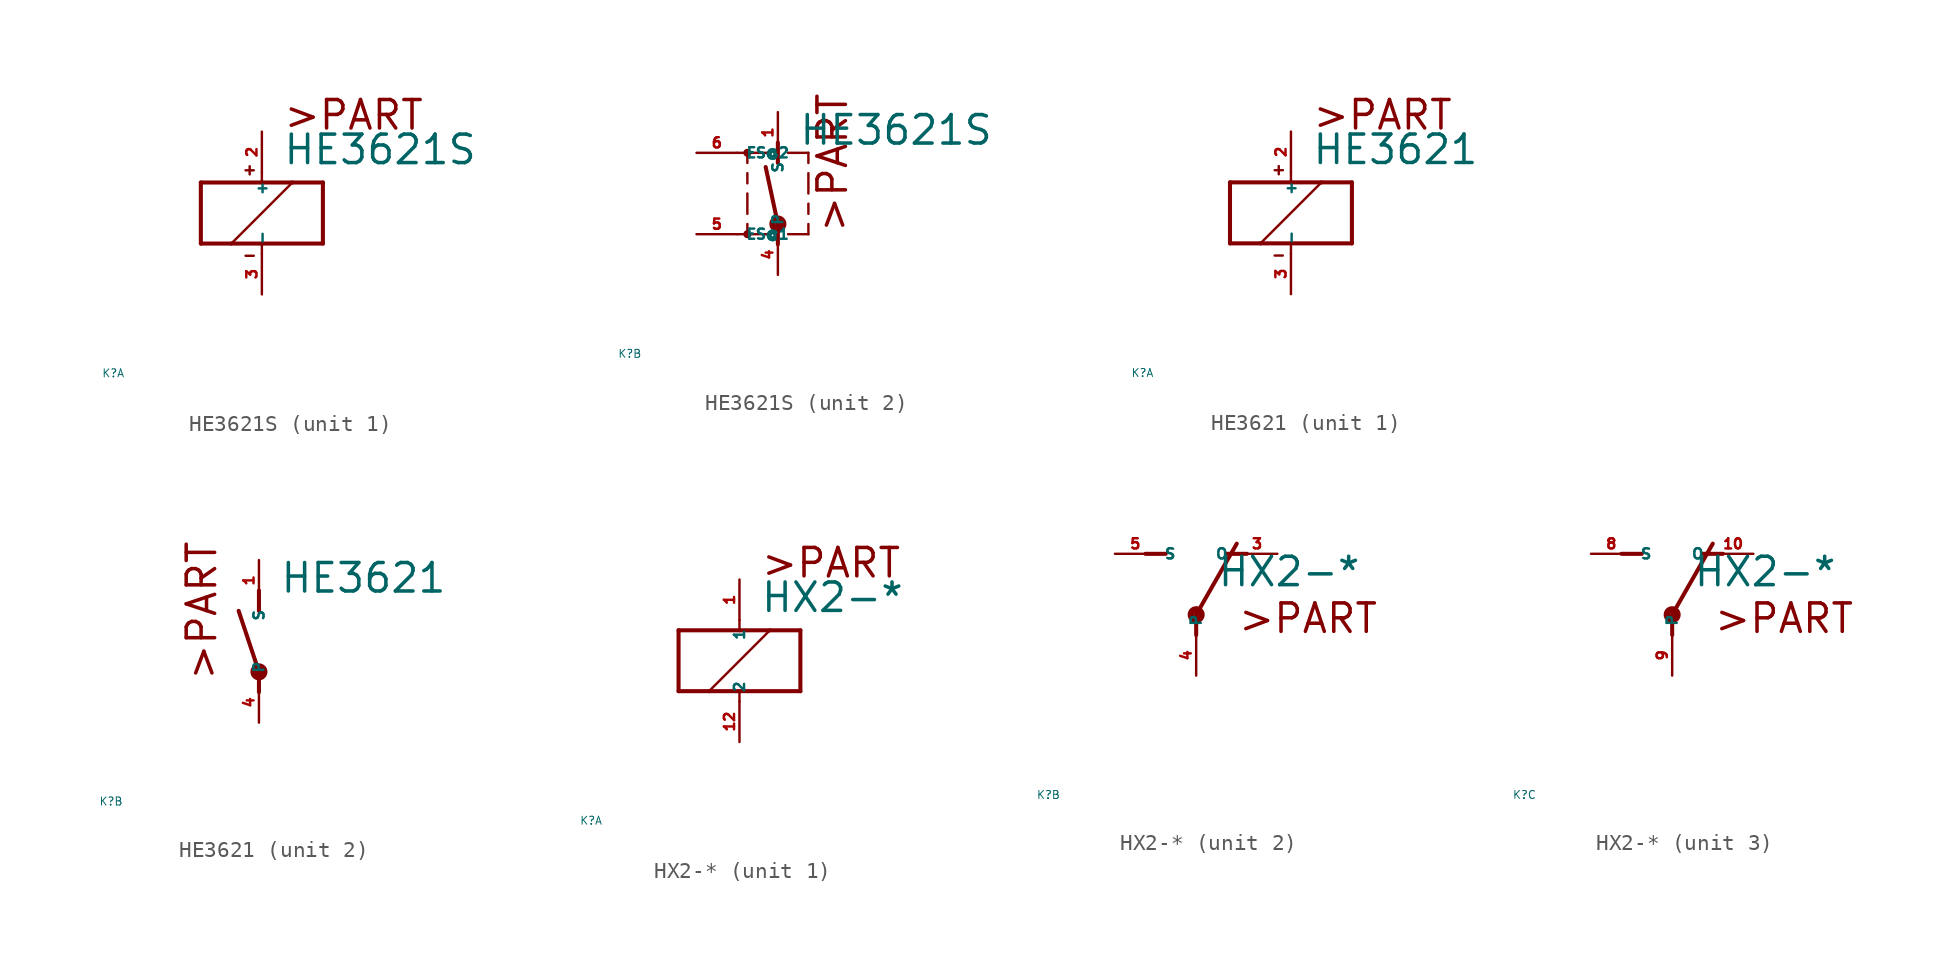
<source format=kicad_sym>
(kicad_symbol_lib
  (version 20220914)
  (generator Eagle2Kicad)
  (symbol "HE3621S"
    (property "Reference" "K"
      (at -10 -10 0)
      (effects (font (size 0.5 0.5) (thickness 0.06)) (justify left)))
    (property "Value" "HE3621S"
      (at 1.27 2.921 0)
      (effects (font (size 1.778 1.778) (thickness 0.22)) (justify left bottom)))
    (symbol "HE3621S_1_0"
      (polyline (pts (xy -3.81 -1.905) (xy -1.905 -1.905)) (stroke (width 0.254) (type default)) (fill (type none)))
      (polyline (pts (xy 3.81 -1.905) (xy 3.81 1.905)) (stroke (width 0.254) (type default)) (fill (type none)))
      (polyline (pts (xy 3.81 1.905) (xy 1.905 1.905)) (stroke (width 0.254) (type default)) (fill (type none)))
      (polyline (pts (xy -3.81 1.905) (xy -3.81 -1.905)) (stroke (width 0.254) (type default)) (fill (type none)))
      (polyline (pts (xy 0 -2.54) (xy 0 -1.905)) (stroke (width 0.152) (type default)) (fill (type none)))
      (polyline (pts (xy 0 -1.905) (xy 3.81 -1.905)) (stroke (width 0.254) (type default)) (fill (type none)))
      (polyline (pts (xy 0 2.54) (xy 0 1.905)) (stroke (width 0.152) (type default)) (fill (type none)))
      (polyline (pts (xy 0 1.905) (xy -3.81 1.905)) (stroke (width 0.254) (type default)) (fill (type none)))
      (polyline (pts (xy -1.905 -1.905) (xy 1.905 1.905)) (stroke (width 0.152) (type default)) (fill (type none)))
      (polyline (pts (xy -1.905 -1.905) (xy 0 -1.905)) (stroke (width 0.254) (type default)) (fill (type none)))
      (polyline (pts (xy 1.905 1.905) (xy 0 1.905)) (stroke (width 0.254) (type default)) (fill (type none)))
      (polyline (pts (xy -1.016 2.667) (xy -0.508 2.667)) (stroke (width 0.152) (type default)) (fill (type none)))
      (polyline (pts (xy -0.762 2.921) (xy -0.762 2.413)) (stroke (width 0.152) (type default)) (fill (type none)))
      (polyline (pts (xy -1.016 -2.667) (xy -0.508 -2.667)) (stroke (width 0.152) (type default)) (fill (type none)))
      (text ">PART" (at 1.27 5.08 0) (effects (font (size 1.778 1.778) (thickness 0.22)) (justify left bottom)))
      (pin passive line (at 0 -5.08 90) (length 2.54) (name "-" (effects (font (size 0.635 0.635) (thickness 0.08)) (justify left bottom))) (number "3" (effects (font (size 0.635 0.635) (thickness 0.08)) (justify left bottom))))
      (pin passive line (at 0 5.08 270) (length 2.54) (name "+" (effects (font (size 0.635 0.635) (thickness 0.08)) (justify left bottom))) (number "2" (effects (font (size 0.635 0.635) (thickness 0.08)) (justify left bottom)))))
    (symbol "HE3621S_2_0"
      (polyline (pts (xy 0 1.905) (xy 0 3.175)) (stroke (width 0.254) (type default)) (fill (type none)))
      (polyline (pts (xy 0 -3.175) (xy 0 -1.905)) (stroke (width 0.254) (type default)) (fill (type none)))
      (polyline (pts (xy 0 -1.905) (xy -0.762 1.651)) (stroke (width 0.254) (type default)) (fill (type none)))
      (polyline (pts (xy -1.905 0) (xy -1.905 -1.27)) (stroke (width 0.152) (type default)) (fill (type none)))
      (polyline (pts (xy 1.905 1.27) (xy 1.905 0)) (stroke (width 0.152) (type default)) (fill (type none)))
      (polyline (pts (xy -1.905 -2.54) (xy -0.635 -2.54)) (stroke (width 0.152) (type default)) (fill (type none)))
      (polyline (pts (xy 0.635 -2.54) (xy 1.905 -2.54)) (stroke (width 0.152) (type default)) (fill (type none)))
      (polyline (pts (xy 1.905 -2.54) (xy 1.905 -1.905)) (stroke (width 0.152) (type default)) (fill (type none)))
      (polyline (pts (xy -1.905 -1.905) (xy -1.905 -2.54)) (stroke (width 0.152) (type default)) (fill (type none)))
      (polyline (pts (xy 1.905 -0.635) (xy 1.905 -1.27)) (stroke (width 0.152) (type default)) (fill (type none)))
      (polyline (pts (xy -1.905 2.54) (xy -0.635 2.54)) (stroke (width 0.152) (type default)) (fill (type none)))
      (polyline (pts (xy 0.635 2.54) (xy 1.905 2.54)) (stroke (width 0.152) (type default)) (fill (type none)))
      (polyline (pts (xy 1.905 1.905) (xy 1.905 2.54)) (stroke (width 0.152) (type default)) (fill (type none)))
      (polyline (pts (xy -1.905 2.54) (xy -1.905 1.905)) (stroke (width 0.152) (type default)) (fill (type none)))
      (polyline (pts (xy -2.54 2.54) (xy -1.905 2.54)) (stroke (width 0.152) (type default)) (fill (type none)))
      (polyline (pts (xy -2.54 -2.54) (xy -1.905 -2.54)) (stroke (width 0.152) (type default)) (fill (type none)))
      (polyline (pts (xy -1.905 1.27) (xy -1.905 0.635)) (stroke (width 0.152) (type default)) (fill (type none)))
      (text ">PART" (at 4.445 -2.54 900) (effects (font (size 1.778 1.778) (thickness 0.22)) (justify left bottom)))
      (circle (center 0 -1.905) (radius 0.127) (stroke (width 0.406) (type default)) (fill (type none)))
      (circle (center -1.905 2.54) (radius 0.127) (stroke (width 0.254) (type default)) (fill (type none)))
      (circle (center -1.905 -2.54) (radius 0.127) (stroke (width 0.254) (type default)) (fill (type none)))
      (pin passive line (at 0 5.08 270) (length 2.54) (name "S" (effects (font (size 0.635 0.635) (thickness 0.08)) (justify left bottom))) (number "1" (effects (font (size 0.635 0.635) (thickness 0.08)) (justify left bottom))))
      (pin passive line (at 0 -5.08 90) (length 2.54) (name "P" (effects (font (size 0.635 0.635) (thickness 0.08)) (justify left bottom))) (number "4" (effects (font (size 0.635 0.635) (thickness 0.08)) (justify left bottom))))
      (pin passive line (at -5.08 -2.54 0) (length 2.54) (name "ES@1" (effects (font (size 0.635 0.635) (thickness 0.08)) (justify left bottom))) (number "5" (effects (font (size 0.635 0.635) (thickness 0.08)) (justify left bottom))))
      (pin passive line (at -5.08 2.54 0) (length 2.54) (name "ES@2" (effects (font (size 0.635 0.635) (thickness 0.08)) (justify left bottom))) (number "6" (effects (font (size 0.635 0.635) (thickness 0.08)) (justify left bottom))))))
  (symbol "HE3621"
    (property "Reference" "K"
      (at -10 -10 0)
      (effects (font (size 0.5 0.5) (thickness 0.06)) (justify left)))
    (property "Value" "HE3621"
      (at 1.27 2.921 0)
      (effects (font (size 1.778 1.778) (thickness 0.22)) (justify left bottom)))
    (symbol "HE3621_1_0"
      (polyline (pts (xy -3.81 -1.905) (xy -1.905 -1.905)) (stroke (width 0.254) (type default)) (fill (type none)))
      (polyline (pts (xy 3.81 -1.905) (xy 3.81 1.905)) (stroke (width 0.254) (type default)) (fill (type none)))
      (polyline (pts (xy 3.81 1.905) (xy 1.905 1.905)) (stroke (width 0.254) (type default)) (fill (type none)))
      (polyline (pts (xy -3.81 1.905) (xy -3.81 -1.905)) (stroke (width 0.254) (type default)) (fill (type none)))
      (polyline (pts (xy 0 -2.54) (xy 0 -1.905)) (stroke (width 0.152) (type default)) (fill (type none)))
      (polyline (pts (xy 0 -1.905) (xy 3.81 -1.905)) (stroke (width 0.254) (type default)) (fill (type none)))
      (polyline (pts (xy 0 2.54) (xy 0 1.905)) (stroke (width 0.152) (type default)) (fill (type none)))
      (polyline (pts (xy 0 1.905) (xy -3.81 1.905)) (stroke (width 0.254) (type default)) (fill (type none)))
      (polyline (pts (xy -1.905 -1.905) (xy 1.905 1.905)) (stroke (width 0.152) (type default)) (fill (type none)))
      (polyline (pts (xy -1.905 -1.905) (xy 0 -1.905)) (stroke (width 0.254) (type default)) (fill (type none)))
      (polyline (pts (xy 1.905 1.905) (xy 0 1.905)) (stroke (width 0.254) (type default)) (fill (type none)))
      (polyline (pts (xy -1.016 2.667) (xy -0.508 2.667)) (stroke (width 0.152) (type default)) (fill (type none)))
      (polyline (pts (xy -0.762 2.921) (xy -0.762 2.413)) (stroke (width 0.152) (type default)) (fill (type none)))
      (polyline (pts (xy -1.016 -2.667) (xy -0.508 -2.667)) (stroke (width 0.152) (type default)) (fill (type none)))
      (text ">PART" (at 1.27 5.08 0) (effects (font (size 1.778 1.778) (thickness 0.22)) (justify left bottom)))
      (pin passive line (at 0 -5.08 90) (length 2.54) (name "-" (effects (font (size 0.635 0.635) (thickness 0.08)) (justify left bottom))) (number "3" (effects (font (size 0.635 0.635) (thickness 0.08)) (justify left bottom))))
      (pin passive line (at 0 5.08 270) (length 2.54) (name "+" (effects (font (size 0.635 0.635) (thickness 0.08)) (justify left bottom))) (number "2" (effects (font (size 0.635 0.635) (thickness 0.08)) (justify left bottom)))))
    (symbol "HE3621_2_0"
      (polyline (pts (xy 0 3.175) (xy 0 1.905)) (stroke (width 0.254) (type default)) (fill (type none)))
      (polyline (pts (xy 0 -3.175) (xy 0 -1.905)) (stroke (width 0.254) (type default)) (fill (type none)))
      (polyline (pts (xy 0 -1.905) (xy -1.27 1.905)) (stroke (width 0.254) (type default)) (fill (type none)))
      (text ">PART" (at -2.54 -2.54 900) (effects (font (size 1.778 1.778) (thickness 0.22)) (justify left bottom)))
      (circle (center 0 -1.905) (radius 0.127) (stroke (width 0.406) (type default)) (fill (type none)))
      (pin passive line (at 0 -5.08 90) (length 2.54) (name "P" (effects (font (size 0.635 0.635) (thickness 0.08)) (justify left bottom))) (number "4" (effects (font (size 0.635 0.635) (thickness 0.08)) (justify left bottom))))
      (pin passive line (at 0 5.08 270) (length 2.54) (name "S" (effects (font (size 0.635 0.635) (thickness 0.08)) (justify left bottom))) (number "1" (effects (font (size 0.635 0.635) (thickness 0.08)) (justify left bottom))))))
  (symbol "HX2-*"
    (property "Reference" "K"
      (at -10 -10 0)
      (effects (font (size 0.5 0.5) (thickness 0.06)) (justify left)))
    (property "Value" "HX2-*"
      (at 1.27 2.921 0)
      (effects (font (size 1.778 1.778) (thickness 0.22)) (justify left bottom)))
    (symbol "HX2-*_1_0"
      (polyline (pts (xy -3.81 -1.905) (xy -1.905 -1.905)) (stroke (width 0.254) (type default)) (fill (type none)))
      (polyline (pts (xy 3.81 -1.905) (xy 3.81 1.905)) (stroke (width 0.254) (type default)) (fill (type none)))
      (polyline (pts (xy 3.81 1.905) (xy 1.905 1.905)) (stroke (width 0.254) (type default)) (fill (type none)))
      (polyline (pts (xy -3.81 1.905) (xy -3.81 -1.905)) (stroke (width 0.254) (type default)) (fill (type none)))
      (polyline (pts (xy 0 -2.54) (xy 0 -1.905)) (stroke (width 0.152) (type default)) (fill (type none)))
      (polyline (pts (xy 0 -1.905) (xy 3.81 -1.905)) (stroke (width 0.254) (type default)) (fill (type none)))
      (polyline (pts (xy 0 2.54) (xy 0 1.905)) (stroke (width 0.152) (type default)) (fill (type none)))
      (polyline (pts (xy 0 1.905) (xy -3.81 1.905)) (stroke (width 0.254) (type default)) (fill (type none)))
      (polyline (pts (xy -1.905 -1.905) (xy 1.905 1.905)) (stroke (width 0.152) (type default)) (fill (type none)))
      (polyline (pts (xy -1.905 -1.905) (xy 0 -1.905)) (stroke (width 0.254) (type default)) (fill (type none)))
      (polyline (pts (xy 1.905 1.905) (xy 0 1.905)) (stroke (width 0.254) (type default)) (fill (type none)))
      (text ">PART" (at 1.27 5.08 0) (effects (font (size 1.778 1.778) (thickness 0.22)) (justify left bottom)))
      (pin passive line (at 0 -5.08 90) (length 2.54) (name "2" (effects (font (size 0.635 0.635) (thickness 0.08)) (justify left bottom))) (number "12" (effects (font (size 0.635 0.635) (thickness 0.08)) (justify left bottom))))
      (pin passive line (at 0 5.08 270) (length 2.54) (name "1" (effects (font (size 0.635 0.635) (thickness 0.08)) (justify left bottom))) (number "1" (effects (font (size 0.635 0.635) (thickness 0.08)) (justify left bottom)))))
    (symbol "HX2-*_2_0"
      (polyline (pts (xy 3.175 5.08) (xy 1.905 5.08)) (stroke (width 0.254) (type default)) (fill (type none)))
      (polyline (pts (xy -3.175 5.08) (xy -1.905 5.08)) (stroke (width 0.254) (type default)) (fill (type none)))
      (polyline (pts (xy 0 1.27) (xy 2.54 5.715)) (stroke (width 0.254) (type default)) (fill (type none)))
      (polyline (pts (xy 0 1.27) (xy 0 0)) (stroke (width 0.254) (type default)) (fill (type none)))
      (text ">PART" (at 2.54 0 0) (effects (font (size 1.778 1.778) (thickness 0.22)) (justify left bottom)))
      (circle (center 0 1.27) (radius 0.127) (stroke (width 0.406) (type default)) (fill (type none)))
      (pin passive line (at 5.08 5.08 180) (length 2.54) (name "O" (effects (font (size 0.635 0.635) (thickness 0.08)) (justify left bottom))) (number "3" (effects (font (size 0.635 0.635) (thickness 0.08)) (justify left bottom))))
      (pin passive line (at -5.08 5.08 0) (length 2.54) (name "S" (effects (font (size 0.635 0.635) (thickness 0.08)) (justify left bottom))) (number "5" (effects (font (size 0.635 0.635) (thickness 0.08)) (justify left bottom))))
      (pin passive line (at 0 -2.54 90) (length 2.54) (name "P" (effects (font (size 0.635 0.635) (thickness 0.08)) (justify left bottom))) (number "4" (effects (font (size 0.635 0.635) (thickness 0.08)) (justify left bottom)))))
    (symbol "HX2-*_3_0"
      (polyline (pts (xy 3.175 5.08) (xy 1.905 5.08)) (stroke (width 0.254) (type default)) (fill (type none)))
      (polyline (pts (xy -3.175 5.08) (xy -1.905 5.08)) (stroke (width 0.254) (type default)) (fill (type none)))
      (polyline (pts (xy 0 1.27) (xy 2.54 5.715)) (stroke (width 0.254) (type default)) (fill (type none)))
      (polyline (pts (xy 0 1.27) (xy 0 0)) (stroke (width 0.254) (type default)) (fill (type none)))
      (text ">PART" (at 2.54 0 0) (effects (font (size 1.778 1.778) (thickness 0.22)) (justify left bottom)))
      (circle (center 0 1.27) (radius 0.127) (stroke (width 0.406) (type default)) (fill (type none)))
      (pin passive line (at 5.08 5.08 180) (length 2.54) (name "O" (effects (font (size 0.635 0.635) (thickness 0.08)) (justify left bottom))) (number "10" (effects (font (size 0.635 0.635) (thickness 0.08)) (justify left bottom))))
      (pin passive line (at -5.08 5.08 0) (length 2.54) (name "S" (effects (font (size 0.635 0.635) (thickness 0.08)) (justify left bottom))) (number "8" (effects (font (size 0.635 0.635) (thickness 0.08)) (justify left bottom))))
      (pin passive line (at 0 -2.54 90) (length 2.54) (name "P" (effects (font (size 0.635 0.635) (thickness 0.08)) (justify left bottom))) (number "9" (effects (font (size 0.635 0.635) (thickness 0.08)) (justify left bottom)))))))
</source>
